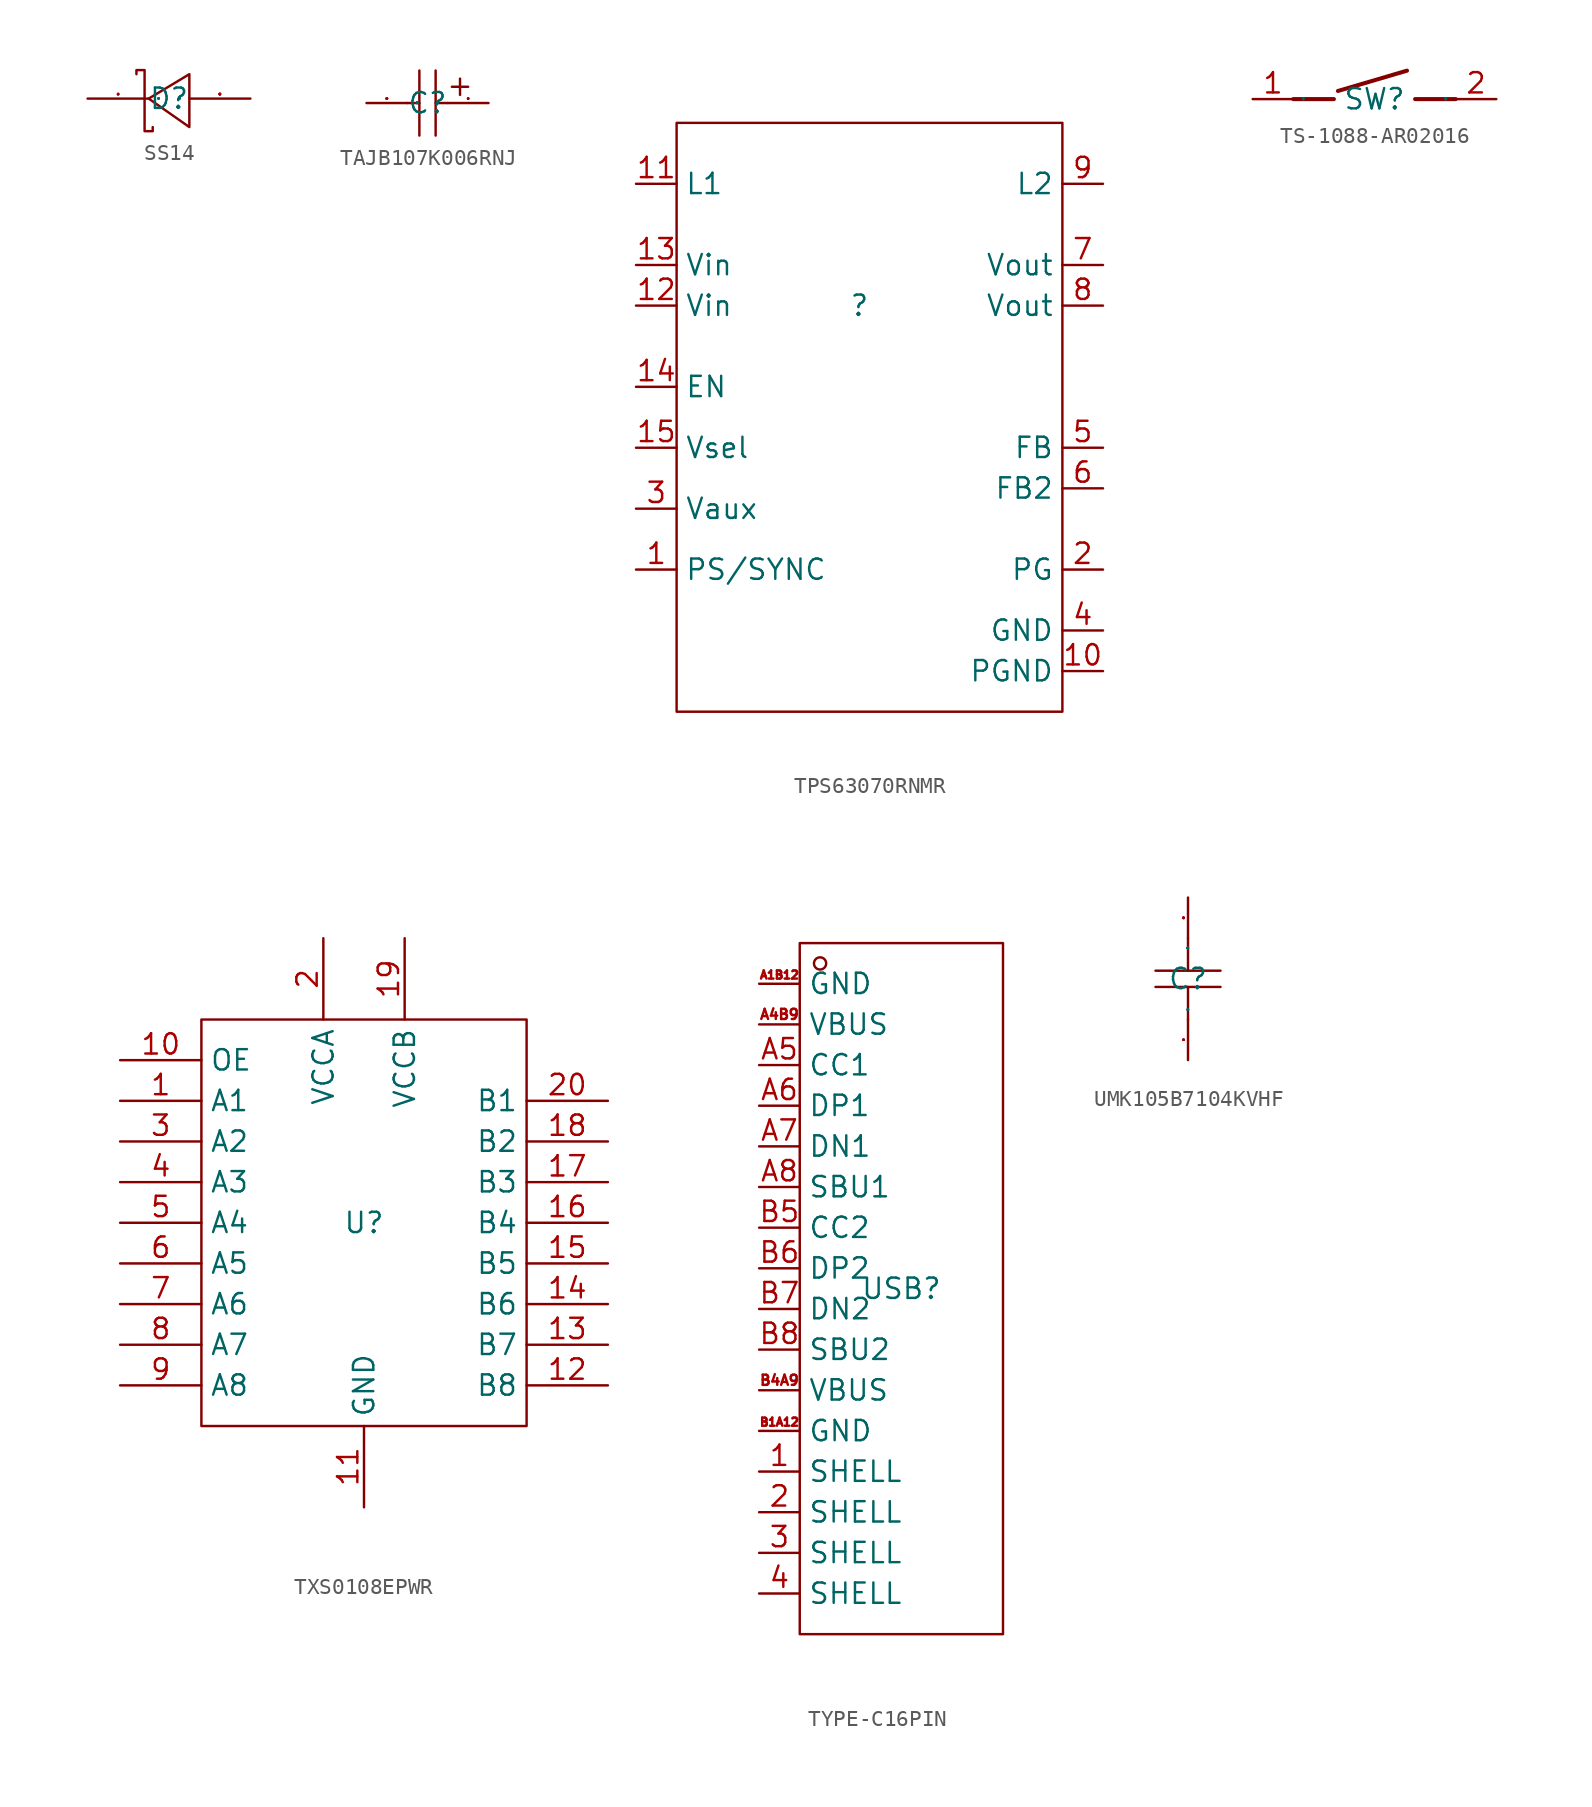
<source format=kicad_sym>
(kicad_symbol_lib
  (version 20241209)
  (generator "kicad_symbol_editor")
  (generator_version "9.0")
  (symbol "SS14"
    (property "Reference" "D"
      (at 0 0 0)
      (effects (font (size 1.27 1.27))))
    (property "Value" ""
      (at 0 0 0)
      (effects (font (size 1.27 1.27))))
    (symbol "SS14_1_0"
      (polyline (pts (xy -2.032 1.524) (xy -2.032 1.778) (xy -2.032 1.778) (xy -1.524 1.778) (xy -1.524 1.778) (xy -1.524 -2.032) (xy -1.524 -2.032) (xy -1.016 -2.032) (xy -1.016 -2.032) (xy -1.016 -1.778)) (stroke (width 0) (type default)) (fill (type none)))
      (polyline (pts (xy 1.27 1.524) (xy -1.27 0) (xy -1.27 0) (xy 1.27 -1.778) (xy 1.27 -1.778) (xy 1.27 1.524)) (stroke (width 0) (type default)) (fill (type none)))
      (pin unspecified line (at -5.08 0 0) (length 3.81) (name "K" (effects (font (size 0.025 0.025)))) (number "1" (effects (font (size 0.025 0.025)))))
      (pin unspecified line (at 5.08 0 180) (length 3.81) (name "A" (effects (font (size 0.025 0.025)))) (number "2" (effects (font (size 0.025 0.025)))))))
  (symbol "TAJB107K006RNJ"
    (property "Reference" "C"
      (at 0 0 0)
      (effects (font (size 1.27 1.27))))
    (symbol "TAJB107K006RNJ_1_0"
      (polyline (pts (xy -0.508 2.032) (xy -0.508 -2.032)) (stroke (width 0) (type default)) (fill (type none)))
      (polyline (pts (xy -0.508 0) (xy -1.27 0)) (stroke (width 0) (type default)) (fill (type none)))
      (polyline (pts (xy 0.508 2.032) (xy 0.508 -2.032)) (stroke (width 0) (type default)) (fill (type none)))
      (polyline (pts (xy 1.27 0) (xy 0.508 0)) (stroke (width 0) (type default)) (fill (type none)))
      (polyline (pts (xy 2.032 1.524) (xy 2.032 0.508)) (stroke (width 0) (type default)) (fill (type none)))
      (polyline (pts (xy 2.54 1.016) (xy 1.524 1.016)) (stroke (width 0) (type default)) (fill (type none)))
      (pin input line (at -3.81 0 0) (length 2.54) (name "2" (effects (font (size 0.025 0.025)))) (number "2" (effects (font (size 0.025 0.025)))))
      (pin input line (at 3.81 0 180) (length 2.54) (name "1" (effects (font (size 0.025 0.025)))) (number "1" (effects (font (size 0.025 0.025)))))))
  (symbol "TPS63070RNMR"
    (property "Reference" ""
      (at 0 0 0)
      (effects (font (size 1.27 1.27))))
    (property "Value" ""
      (at 0 0 0)
      (effects (font (size 1.27 1.27))))
    (symbol "TPS63070RNMR_1_0"
      (rectangle (start -11.43 11.43) (end 12.7 -25.4) (stroke (width 0) (type default)) (fill (type none)))
      (pin unspecified line (at -13.97 7.62 0) (length 2.54) (name "L1" (effects (font (size 1.27 1.27)))) (number "11" (effects (font (size 1.27 1.27)))))
      (pin unspecified line (at -13.97 2.54 0) (length 2.54) (name "Vin" (effects (font (size 1.27 1.27)))) (number "13" (effects (font (size 1.27 1.27)))))
      (pin unspecified line (at -13.97 0 0) (length 2.54) (name "Vin" (effects (font (size 1.27 1.27)))) (number "12" (effects (font (size 1.27 1.27)))))
      (pin unspecified line (at -13.97 -5.08 0) (length 2.54) (name "EN" (effects (font (size 1.27 1.27)))) (number "14" (effects (font (size 1.27 1.27)))))
      (pin unspecified line (at -13.97 -8.89 0) (length 2.54) (name "Vsel" (effects (font (size 1.27 1.27)))) (number "15" (effects (font (size 1.27 1.27)))))
      (pin unspecified line (at -13.97 -12.7 0) (length 2.54) (name "Vaux" (effects (font (size 1.27 1.27)))) (number "3" (effects (font (size 1.27 1.27)))))
      (pin unspecified line (at -13.97 -16.51 0) (length 2.54) (name "PS/SYNC" (effects (font (size 1.27 1.27)))) (number "1" (effects (font (size 1.27 1.27)))))
      (pin unspecified line (at 15.24 7.62 180) (length 2.54) (name "L2" (effects (font (size 1.27 1.27)))) (number "9" (effects (font (size 1.27 1.27)))))
      (pin unspecified line (at 15.24 2.54 180) (length 2.54) (name "Vout" (effects (font (size 1.27 1.27)))) (number "7" (effects (font (size 1.27 1.27)))))
      (pin unspecified line (at 15.24 0 180) (length 2.54) (name "Vout" (effects (font (size 1.27 1.27)))) (number "8" (effects (font (size 1.27 1.27)))))
      (pin unspecified line (at 15.24 -8.89 180) (length 2.54) (name "FB" (effects (font (size 1.27 1.27)))) (number "5" (effects (font (size 1.27 1.27)))))
      (pin unspecified line (at 15.24 -11.43 180) (length 2.54) (name "FB2" (effects (font (size 1.27 1.27)))) (number "6" (effects (font (size 1.27 1.27)))))
      (pin unspecified line (at 15.24 -16.51 180) (length 2.54) (name "PG" (effects (font (size 1.27 1.27)))) (number "2" (effects (font (size 1.27 1.27)))))
      (pin unspecified line (at 15.24 -20.32 180) (length 2.54) (name "GND" (effects (font (size 1.27 1.27)))) (number "4" (effects (font (size 1.27 1.27)))))
      (pin unspecified line (at 15.24 -22.86 180) (length 2.54) (name "PGND" (effects (font (size 1.27 1.27)))) (number "10" (effects (font (size 1.27 1.27)))))))
  (symbol "TS-1088-AR02016"
    (property "Reference" "SW"
      (at 0 0 0)
      (effects (font (size 1.27 1.27))))
    (property "Value" ""
      (at 0 0 0)
      (effects (font (size 1.27 1.27))))
    (symbol "TS-1088-AR02016_1_0"
      (polyline (pts (xy -5.08 0) (xy -2.54 0)) (stroke (width 0.254) (type default)) (fill (type none)))
      (polyline (pts (xy -2.286 0.508) (xy 2.032 1.778)) (stroke (width 0.254) (type default)) (fill (type none)))
      (polyline (pts (xy 5.08 0) (xy 2.54 0)) (stroke (width 0.254) (type default)) (fill (type none)))
      (pin unspecified line (at -7.62 0 0) (length 2.54) (name "1" (effects (font (size 0.025 0.025)))) (number "1" (effects (font (size 1.27 1.27)))))
      (pin unspecified line (at 7.62 0 180) (length 2.54) (name "2" (effects (font (size 0.025 0.025)))) (number "2" (effects (font (size 1.27 1.27)))))))
  (symbol "TXS0108EPWR"
    (property "Reference" "U"
      (at 0 0 0)
      (effects (font (size 1.27 1.27))))
    (property "Value" ""
      (at 0 0 0)
      (effects (font (size 1.27 1.27))))
    (symbol "TXS0108EPWR_1_0"
      (rectangle (start -10.16 -12.7) (end 10.16 12.7) (stroke (width 0) (type default)) (fill (type none)))
      (pin input line (at -15.24 10.16 0) (length 5.08) (name "OE" (effects (font (size 1.27 1.27)))) (number "10" (effects (font (size 1.27 1.27)))))
      (pin input line (at -15.24 7.62 0) (length 5.08) (name "A1" (effects (font (size 1.27 1.27)))) (number "1" (effects (font (size 1.27 1.27)))))
      (pin input line (at -15.24 5.08 0) (length 5.08) (name "A2" (effects (font (size 1.27 1.27)))) (number "3" (effects (font (size 1.27 1.27)))))
      (pin input line (at -15.24 2.54 0) (length 5.08) (name "A3" (effects (font (size 1.27 1.27)))) (number "4" (effects (font (size 1.27 1.27)))))
      (pin input line (at -15.24 0 0) (length 5.08) (name "A4" (effects (font (size 1.27 1.27)))) (number "5" (effects (font (size 1.27 1.27)))))
      (pin input line (at -15.24 -2.54 0) (length 5.08) (name "A5" (effects (font (size 1.27 1.27)))) (number "6" (effects (font (size 1.27 1.27)))))
      (pin input line (at -15.24 -5.08 0) (length 5.08) (name "A6" (effects (font (size 1.27 1.27)))) (number "7" (effects (font (size 1.27 1.27)))))
      (pin input line (at -15.24 -7.62 0) (length 5.08) (name "A7" (effects (font (size 1.27 1.27)))) (number "8" (effects (font (size 1.27 1.27)))))
      (pin input line (at -15.24 -10.16 0) (length 5.08) (name "A8" (effects (font (size 1.27 1.27)))) (number "9" (effects (font (size 1.27 1.27)))))
      (pin input line (at -2.54 17.78 270) (length 5.08) (name "VCCA" (effects (font (size 1.27 1.27)))) (number "2" (effects (font (size 1.27 1.27)))))
      (pin input line (at 0 -17.78 90) (length 5.08) (name "GND" (effects (font (size 1.27 1.27)))) (number "11" (effects (font (size 1.27 1.27)))))
      (pin input line (at 2.54 17.78 270) (length 5.08) (name "VCCB" (effects (font (size 1.27 1.27)))) (number "19" (effects (font (size 1.27 1.27)))))
      (pin input line (at 15.24 7.62 180) (length 5.08) (name "B1" (effects (font (size 1.27 1.27)))) (number "20" (effects (font (size 1.27 1.27)))))
      (pin input line (at 15.24 5.08 180) (length 5.08) (name "B2" (effects (font (size 1.27 1.27)))) (number "18" (effects (font (size 1.27 1.27)))))
      (pin input line (at 15.24 2.54 180) (length 5.08) (name "B3" (effects (font (size 1.27 1.27)))) (number "17" (effects (font (size 1.27 1.27)))))
      (pin input line (at 15.24 0 180) (length 5.08) (name "B4" (effects (font (size 1.27 1.27)))) (number "16" (effects (font (size 1.27 1.27)))))
      (pin input line (at 15.24 -2.54 180) (length 5.08) (name "B5" (effects (font (size 1.27 1.27)))) (number "15" (effects (font (size 1.27 1.27)))))
      (pin input line (at 15.24 -5.08 180) (length 5.08) (name "B6" (effects (font (size 1.27 1.27)))) (number "14" (effects (font (size 1.27 1.27)))))
      (pin input line (at 15.24 -7.62 180) (length 5.08) (name "B7" (effects (font (size 1.27 1.27)))) (number "13" (effects (font (size 1.27 1.27)))))
      (pin input line (at 15.24 -10.16 180) (length 5.08) (name "B8" (effects (font (size 1.27 1.27)))) (number "12" (effects (font (size 1.27 1.27)))))))
  (symbol "TYPE-C16PIN"
    (property "Reference" "USB"
      (at 0 0 0)
      (effects (font (size 1.27 1.27))))
    (property "Value" ""
      (at 0 0 0)
      (effects (font (size 1.27 1.27))))
    (symbol "TYPE-C16PIN_1_0"
      (rectangle (start -6.35 -21.59) (end 6.35 21.59) (stroke (width 0) (type default)) (fill (type none)))
      (circle (center -5.08 20.32) (radius 0.381) (stroke (width 0) (type default)) (fill (type none)))
      (pin unspecified line (at -8.89 19.05 0) (length 2.54) (name "GND" (effects (font (size 1.27 1.27)))) (number "A1B12" (effects (font (size 0.508 0.508)))))
      (pin unspecified line (at -8.89 16.51 0) (length 2.54) (name "VBUS" (effects (font (size 1.27 1.27)))) (number "A4B9" (effects (font (size 0.635 0.635)))))
      (pin unspecified line (at -8.89 13.97 0) (length 2.54) (name "CC1" (effects (font (size 1.27 1.27)))) (number "A5" (effects (font (size 1.27 1.27)))))
      (pin unspecified line (at -8.89 11.43 0) (length 2.54) (name "DP1" (effects (font (size 1.27 1.27)))) (number "A6" (effects (font (size 1.27 1.27)))))
      (pin unspecified line (at -8.89 8.89 0) (length 2.54) (name "DN1" (effects (font (size 1.27 1.27)))) (number "A7" (effects (font (size 1.27 1.27)))))
      (pin unspecified line (at -8.89 6.35 0) (length 2.54) (name "SBU1" (effects (font (size 1.27 1.27)))) (number "A8" (effects (font (size 1.27 1.27)))))
      (pin unspecified line (at -8.89 3.81 0) (length 2.54) (name "CC2" (effects (font (size 1.27 1.27)))) (number "B5" (effects (font (size 1.27 1.27)))))
      (pin unspecified line (at -8.89 1.27 0) (length 2.54) (name "DP2" (effects (font (size 1.27 1.27)))) (number "B6" (effects (font (size 1.27 1.27)))))
      (pin unspecified line (at -8.89 -1.27 0) (length 2.54) (name "DN2" (effects (font (size 1.27 1.27)))) (number "B7" (effects (font (size 1.27 1.27)))))
      (pin unspecified line (at -8.89 -3.81 0) (length 2.54) (name "SBU2" (effects (font (size 1.27 1.27)))) (number "B8" (effects (font (size 1.27 1.27)))))
      (pin unspecified line (at -8.89 -6.35 0) (length 2.54) (name "VBUS" (effects (font (size 1.27 1.27)))) (number "B4A9" (effects (font (size 0.635 0.635)))))
      (pin unspecified line (at -8.89 -8.89 0) (length 2.54) (name "GND" (effects (font (size 1.27 1.27)))) (number "B1A12" (effects (font (size 0.508 0.508)))))
      (pin unspecified line (at -8.89 -11.43 0) (length 2.54) (name "SHELL" (effects (font (size 1.27 1.27)))) (number "1" (effects (font (size 1.27 1.27)))))
      (pin unspecified line (at -8.89 -13.97 0) (length 2.54) (name "SHELL" (effects (font (size 1.27 1.27)))) (number "2" (effects (font (size 1.27 1.27)))))
      (pin unspecified line (at -8.89 -16.51 0) (length 2.54) (name "SHELL" (effects (font (size 1.27 1.27)))) (number "3" (effects (font (size 1.27 1.27)))))
      (pin unspecified line (at -8.89 -19.05 0) (length 2.54) (name "SHELL" (effects (font (size 1.27 1.27)))) (number "4" (effects (font (size 1.27 1.27)))))))
  (symbol "UMK105B7104KVHF"
    (property "Reference" "C"
      (at 0 0 0)
      (effects (font (size 1.27 1.27))))
    (symbol "UMK105B7104KVHF_1_0"
      (polyline (pts (xy -2.032 0.508) (xy 2.032 0.508)) (stroke (width 0) (type default)) (fill (type none)))
      (polyline (pts (xy 0 2.54) (xy 0 0.508)) (stroke (width 0) (type default)) (fill (type none)))
      (polyline (pts (xy 0 -0.508) (xy 0 -2.54)) (stroke (width 0) (type default)) (fill (type none)))
      (polyline (pts (xy 2.032 -0.508) (xy -2.032 -0.508)) (stroke (width 0) (type default)) (fill (type none)))
      (pin input line (at 0 5.08 270) (length 2.54) (name "2" (effects (font (size 0.025 0.025)))) (number "2" (effects (font (size 0.025 0.025)))))
      (pin input line (at 0 -5.08 90) (length 2.54) (name "1" (effects (font (size 0.025 0.025)))) (number "1" (effects (font (size 0.025 0.025))))))))
</source>
